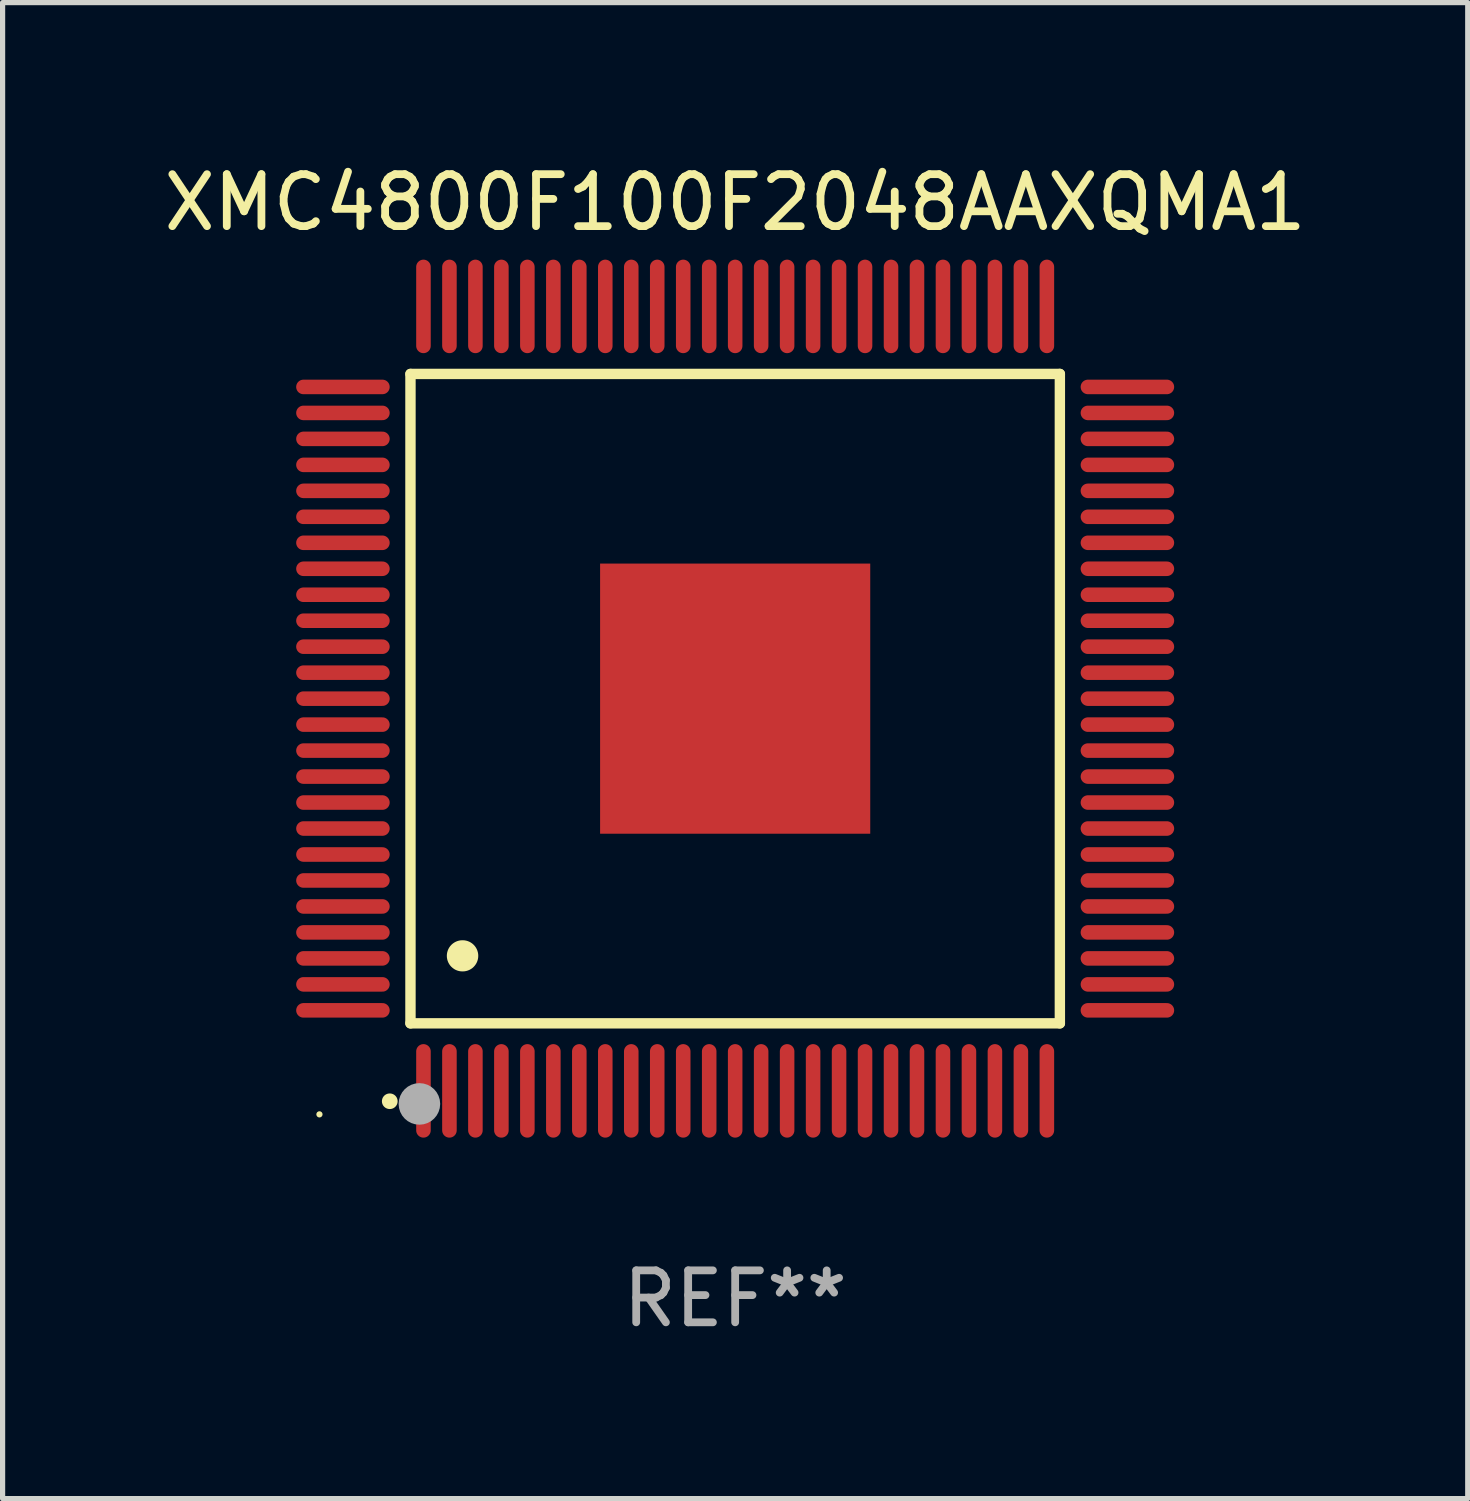
<source format=kicad_pcb>
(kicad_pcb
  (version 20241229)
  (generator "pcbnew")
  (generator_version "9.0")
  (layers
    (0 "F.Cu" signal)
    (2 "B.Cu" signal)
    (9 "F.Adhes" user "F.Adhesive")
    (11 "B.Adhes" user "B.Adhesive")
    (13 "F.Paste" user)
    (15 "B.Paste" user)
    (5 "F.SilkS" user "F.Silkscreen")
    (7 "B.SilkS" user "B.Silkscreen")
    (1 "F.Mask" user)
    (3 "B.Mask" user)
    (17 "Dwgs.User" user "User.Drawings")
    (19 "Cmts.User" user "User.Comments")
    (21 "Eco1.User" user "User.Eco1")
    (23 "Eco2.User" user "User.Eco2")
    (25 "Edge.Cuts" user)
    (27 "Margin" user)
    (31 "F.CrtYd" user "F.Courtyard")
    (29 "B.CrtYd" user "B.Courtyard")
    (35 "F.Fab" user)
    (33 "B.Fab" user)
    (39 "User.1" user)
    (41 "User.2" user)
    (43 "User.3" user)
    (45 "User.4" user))
  (footprint "XMC4800F100F2048AAXQMA1"
    (layer "F.Cu")
    (at 11.101 10.398)
    (property "Reference" "XMC4800F100F2048AAXQMA1" (at 0 -9.55 0) (layer "F.SilkS") (effects (font (size 1 1) (thickness 0.15))))
    (attr through_hole)
    (fp_line (start -6.25 -6.25) (end -6.25 6.25) (stroke (width 0.2) (type solid)) (layer "F.SilkS"))
    (fp_line (start -6.25 6.25) (end 6.25 6.25) (stroke (width 0.2) (type solid)) (layer "F.SilkS"))
    (fp_line (start 6.25 -6.25) (end -6.25 -6.25) (stroke (width 0.2) (type solid)) (layer "F.SilkS"))
    (fp_line (start 6.25 6.25) (end 6.25 -6.25) (stroke (width 0.2) (type solid)) (layer "F.SilkS"))
    (fp_arc (start -6.649733 7.749555) (mid -6.648463 7.74955) (end -6.647193 7.749555) (stroke (width 0.3) (type solid)) (layer "F.SilkS"))
    (fp_arc (start -5.250191 4.95047) (mid -5.247651 4.950459) (end -5.245111 4.95047) (stroke (width 0.6) (type solid)) (layer "F.SilkS"))
    (fp_circle (center -8.002 8.002) (end -7.972 8.002) (stroke (width 0.06) (type solid)) (fill no) (layer "F.SilkS"))
    (fp_circle (center -6.078 7.801) (end -5.878 7.801) (stroke (width 0.4) (type solid)) (fill no) (layer "F.Fab"))
    (fp_text user "REF**" (at 0 11.55 0) (layer "F.Fab") (effects (font (size 1 1) (thickness 0.15))))
    (pad "1" smd oval (at -6 7.55 180) (size 0.28 1.8) (layers "F.Cu" "F.Mask" "F.Paste"))
    (pad "2" smd oval (at -5.5 7.55 180) (size 0.28 1.8) (layers "F.Cu" "F.Mask" "F.Paste"))
    (pad "3" smd oval (at -5 7.55 180) (size 0.28 1.8) (layers "F.Cu" "F.Mask" "F.Paste"))
    (pad "4" smd oval (at -4.5 7.55 180) (size 0.28 1.8) (layers "F.Cu" "F.Mask" "F.Paste"))
    (pad "5" smd oval (at -4 7.55 180) (size 0.28 1.8) (layers "F.Cu" "F.Mask" "F.Paste"))
    (pad "6" smd oval (at -3.5 7.55 180) (size 0.28 1.8) (layers "F.Cu" "F.Mask" "F.Paste"))
    (pad "7" smd oval (at -3 7.55 180) (size 0.28 1.8) (layers "F.Cu" "F.Mask" "F.Paste"))
    (pad "8" smd oval (at -2.5 7.55 180) (size 0.28 1.8) (layers "F.Cu" "F.Mask" "F.Paste"))
    (pad "9" smd oval (at -2 7.55 180) (size 0.28 1.8) (layers "F.Cu" "F.Mask" "F.Paste"))
    (pad "10" smd oval (at -1.5 7.55 180) (size 0.28 1.8) (layers "F.Cu" "F.Mask" "F.Paste"))
    (pad "11" smd oval (at -1 7.55 180) (size 0.28 1.8) (layers "F.Cu" "F.Mask" "F.Paste"))
    (pad "12" smd oval (at -0.5 7.55 180) (size 0.28 1.8) (layers "F.Cu" "F.Mask" "F.Paste"))
    (pad "13" smd oval (at 0 7.55 180) (size 0.28 1.8) (layers "F.Cu" "F.Mask" "F.Paste"))
    (pad "14" smd oval (at 0.5 7.55 180) (size 0.28 1.8) (layers "F.Cu" "F.Mask" "F.Paste"))
    (pad "15" smd oval (at 1 7.55 180) (size 0.28 1.8) (layers "F.Cu" "F.Mask" "F.Paste"))
    (pad "16" smd oval (at 1.5 7.55 180) (size 0.28 1.8) (layers "F.Cu" "F.Mask" "F.Paste"))
    (pad "17" smd oval (at 2 7.55 180) (size 0.28 1.8) (layers "F.Cu" "F.Mask" "F.Paste"))
    (pad "18" smd oval (at 2.5 7.55 180) (size 0.28 1.8) (layers "F.Cu" "F.Mask" "F.Paste"))
    (pad "19" smd oval (at 3 7.55 180) (size 0.28 1.8) (layers "F.Cu" "F.Mask" "F.Paste"))
    (pad "20" smd oval (at 3.5 7.55 180) (size 0.28 1.8) (layers "F.Cu" "F.Mask" "F.Paste"))
    (pad "21" smd oval (at 4 7.55 180) (size 0.28 1.8) (layers "F.Cu" "F.Mask" "F.Paste"))
    (pad "22" smd oval (at 4.5 7.55 180) (size 0.28 1.8) (layers "F.Cu" "F.Mask" "F.Paste"))
    (pad "23" smd oval (at 5 7.55 180) (size 0.28 1.8) (layers "F.Cu" "F.Mask" "F.Paste"))
    (pad "24" smd oval (at 5.5 7.55 180) (size 0.28 1.8) (layers "F.Cu" "F.Mask" "F.Paste"))
    (pad "25" smd oval (at 6 7.55 180) (size 0.28 1.8) (layers "F.Cu" "F.Mask" "F.Paste"))
    (pad "26" smd oval (at 7.55 6 90) (size 0.28 1.8) (layers "F.Cu" "F.Mask" "F.Paste"))
    (pad "27" smd oval (at 7.55 5.5 90) (size 0.28 1.8) (layers "F.Cu" "F.Mask" "F.Paste"))
    (pad "28" smd oval (at 7.55 5 90) (size 0.28 1.8) (layers "F.Cu" "F.Mask" "F.Paste"))
    (pad "29" smd oval (at 7.55 4.5 90) (size 0.28 1.8) (layers "F.Cu" "F.Mask" "F.Paste"))
    (pad "30" smd oval (at 7.55 4 90) (size 0.28 1.8) (layers "F.Cu" "F.Mask" "F.Paste"))
    (pad "31" smd oval (at 7.55 3.5 90) (size 0.28 1.8) (layers "F.Cu" "F.Mask" "F.Paste"))
    (pad "32" smd oval (at 7.55 3 90) (size 0.28 1.8) (layers "F.Cu" "F.Mask" "F.Paste"))
    (pad "33" smd oval (at 7.55 2.5 90) (size 0.28 1.8) (layers "F.Cu" "F.Mask" "F.Paste"))
    (pad "34" smd oval (at 7.55 2 90) (size 0.28 1.8) (layers "F.Cu" "F.Mask" "F.Paste"))
    (pad "35" smd oval (at 7.55 1.5 90) (size 0.28 1.8) (layers "F.Cu" "F.Mask" "F.Paste"))
    (pad "36" smd oval (at 7.55 1 90) (size 0.28 1.8) (layers "F.Cu" "F.Mask" "F.Paste"))
    (pad "37" smd oval (at 7.55 0.5 90) (size 0.28 1.8) (layers "F.Cu" "F.Mask" "F.Paste"))
    (pad "38" smd oval (at 7.55 0 90) (size 0.28 1.8) (layers "F.Cu" "F.Mask" "F.Paste"))
    (pad "39" smd oval (at 7.55 -0.5 90) (size 0.28 1.8) (layers "F.Cu" "F.Mask" "F.Paste"))
    (pad "40" smd oval (at 7.55 -1 90) (size 0.28 1.8) (layers "F.Cu" "F.Mask" "F.Paste"))
    (pad "41" smd oval (at 7.55 -1.5 90) (size 0.28 1.8) (layers "F.Cu" "F.Mask" "F.Paste"))
    (pad "42" smd oval (at 7.55 -2 90) (size 0.28 1.8) (layers "F.Cu" "F.Mask" "F.Paste"))
    (pad "43" smd oval (at 7.55 -2.5 90) (size 0.28 1.8) (layers "F.Cu" "F.Mask" "F.Paste"))
    (pad "44" smd oval (at 7.55 -3 90) (size 0.28 1.8) (layers "F.Cu" "F.Mask" "F.Paste"))
    (pad "45" smd oval (at 7.55 -3.5 90) (size 0.28 1.8) (layers "F.Cu" "F.Mask" "F.Paste"))
    (pad "46" smd oval (at 7.55 -4 90) (size 0.28 1.8) (layers "F.Cu" "F.Mask" "F.Paste"))
    (pad "47" smd oval (at 7.55 -4.5 90) (size 0.28 1.8) (layers "F.Cu" "F.Mask" "F.Paste"))
    (pad "48" smd oval (at 7.55 -5 90) (size 0.28 1.8) (layers "F.Cu" "F.Mask" "F.Paste"))
    (pad "49" smd oval (at 7.55 -5.5 90) (size 0.28 1.8) (layers "F.Cu" "F.Mask" "F.Paste"))
    (pad "50" smd oval (at 7.55 -6 90) (size 0.28 1.8) (layers "F.Cu" "F.Mask" "F.Paste"))
    (pad "51" smd oval (at 6 -7.55 180) (size 0.28 1.8) (layers "F.Cu" "F.Mask" "F.Paste"))
    (pad "52" smd oval (at 5.5 -7.55 180) (size 0.28 1.8) (layers "F.Cu" "F.Mask" "F.Paste"))
    (pad "53" smd oval (at 5 -7.55 180) (size 0.28 1.8) (layers "F.Cu" "F.Mask" "F.Paste"))
    (pad "54" smd oval (at 4.5 -7.55 180) (size 0.28 1.8) (layers "F.Cu" "F.Mask" "F.Paste"))
    (pad "55" smd oval (at 4 -7.55 180) (size 0.28 1.8) (layers "F.Cu" "F.Mask" "F.Paste"))
    (pad "56" smd oval (at 3.5 -7.55 180) (size 0.28 1.8) (layers "F.Cu" "F.Mask" "F.Paste"))
    (pad "57" smd oval (at 3 -7.55 180) (size 0.28 1.8) (layers "F.Cu" "F.Mask" "F.Paste"))
    (pad "58" smd oval (at 2.5 -7.55 180) (size 0.28 1.8) (layers "F.Cu" "F.Mask" "F.Paste"))
    (pad "59" smd oval (at 2 -7.55 180) (size 0.28 1.8) (layers "F.Cu" "F.Mask" "F.Paste"))
    (pad "60" smd oval (at 1.5 -7.55 180) (size 0.28 1.8) (layers "F.Cu" "F.Mask" "F.Paste"))
    (pad "61" smd oval (at 1 -7.55 180) (size 0.28 1.8) (layers "F.Cu" "F.Mask" "F.Paste"))
    (pad "62" smd oval (at 0.5 -7.55 180) (size 0.28 1.8) (layers "F.Cu" "F.Mask" "F.Paste"))
    (pad "63" smd oval (at 0 -7.55 180) (size 0.28 1.8) (layers "F.Cu" "F.Mask" "F.Paste"))
    (pad "64" smd oval (at -0.5 -7.55 180) (size 0.28 1.8) (layers "F.Cu" "F.Mask" "F.Paste"))
    (pad "65" smd oval (at -1 -7.55 180) (size 0.28 1.8) (layers "F.Cu" "F.Mask" "F.Paste"))
    (pad "66" smd oval (at -1.5 -7.55 180) (size 0.28 1.8) (layers "F.Cu" "F.Mask" "F.Paste"))
    (pad "67" smd oval (at -2 -7.55 180) (size 0.28 1.8) (layers "F.Cu" "F.Mask" "F.Paste"))
    (pad "68" smd oval (at -2.5 -7.55 180) (size 0.28 1.8) (layers "F.Cu" "F.Mask" "F.Paste"))
    (pad "69" smd oval (at -3 -7.55 180) (size 0.28 1.8) (layers "F.Cu" "F.Mask" "F.Paste"))
    (pad "70" smd oval (at -3.5 -7.55 180) (size 0.28 1.8) (layers "F.Cu" "F.Mask" "F.Paste"))
    (pad "71" smd oval (at -4 -7.55 180) (size 0.28 1.8) (layers "F.Cu" "F.Mask" "F.Paste"))
    (pad "72" smd oval (at -4.5 -7.55 180) (size 0.28 1.8) (layers "F.Cu" "F.Mask" "F.Paste"))
    (pad "73" smd oval (at -5 -7.55 180) (size 0.28 1.8) (layers "F.Cu" "F.Mask" "F.Paste"))
    (pad "74" smd oval (at -5.5 -7.55 180) (size 0.28 1.8) (layers "F.Cu" "F.Mask" "F.Paste"))
    (pad "75" smd oval (at -6 -7.55 180) (size 0.28 1.8) (layers "F.Cu" "F.Mask" "F.Paste"))
    (pad "76" smd oval (at -7.55 -6 90) (size 0.28 1.8) (layers "F.Cu" "F.Mask" "F.Paste"))
    (pad "77" smd oval (at -7.55 -5.5 90) (size 0.28 1.8) (layers "F.Cu" "F.Mask" "F.Paste"))
    (pad "78" smd oval (at -7.55 -5 90) (size 0.28 1.8) (layers "F.Cu" "F.Mask" "F.Paste"))
    (pad "79" smd oval (at -7.55 -4.5 90) (size 0.28 1.8) (layers "F.Cu" "F.Mask" "F.Paste"))
    (pad "80" smd oval (at -7.55 -4 90) (size 0.28 1.8) (layers "F.Cu" "F.Mask" "F.Paste"))
    (pad "81" smd oval (at -7.55 -3.5 90) (size 0.28 1.8) (layers "F.Cu" "F.Mask" "F.Paste"))
    (pad "82" smd oval (at -7.55 -3 90) (size 0.28 1.8) (layers "F.Cu" "F.Mask" "F.Paste"))
    (pad "83" smd oval (at -7.55 -2.5 90) (size 0.28 1.8) (layers "F.Cu" "F.Mask" "F.Paste"))
    (pad "84" smd oval (at -7.55 -2 90) (size 0.28 1.8) (layers "F.Cu" "F.Mask" "F.Paste"))
    (pad "85" smd oval (at -7.55 -1.5 90) (size 0.28 1.8) (layers "F.Cu" "F.Mask" "F.Paste"))
    (pad "86" smd oval (at -7.55 -1 90) (size 0.28 1.8) (layers "F.Cu" "F.Mask" "F.Paste"))
    (pad "87" smd oval (at -7.55 -0.5 90) (size 0.28 1.8) (layers "F.Cu" "F.Mask" "F.Paste"))
    (pad "88" smd oval (at -7.55 0 90) (size 0.28 1.8) (layers "F.Cu" "F.Mask" "F.Paste"))
    (pad "89" smd oval (at -7.55 0.5 90) (size 0.28 1.8) (layers "F.Cu" "F.Mask" "F.Paste"))
    (pad "90" smd oval (at -7.55 1 90) (size 0.28 1.8) (layers "F.Cu" "F.Mask" "F.Paste"))
    (pad "91" smd oval (at -7.55 1.5 90) (size 0.28 1.8) (layers "F.Cu" "F.Mask" "F.Paste"))
    (pad "92" smd oval (at -7.55 2 90) (size 0.28 1.8) (layers "F.Cu" "F.Mask" "F.Paste"))
    (pad "93" smd oval (at -7.55 2.5 90) (size 0.28 1.8) (layers "F.Cu" "F.Mask" "F.Paste"))
    (pad "94" smd oval (at -7.55 3 90) (size 0.28 1.8) (layers "F.Cu" "F.Mask" "F.Paste"))
    (pad "95" smd oval (at -7.55 3.5 90) (size 0.28 1.8) (layers "F.Cu" "F.Mask" "F.Paste"))
    (pad "96" smd oval (at -7.55 4 90) (size 0.28 1.8) (layers "F.Cu" "F.Mask" "F.Paste"))
    (pad "97" smd oval (at -7.55 4.5 90) (size 0.28 1.8) (layers "F.Cu" "F.Mask" "F.Paste"))
    (pad "98" smd oval (at -7.55 5 90) (size 0.28 1.8) (layers "F.Cu" "F.Mask" "F.Paste"))
    (pad "99" smd oval (at -7.55 5.5 90) (size 0.28 1.8) (layers "F.Cu" "F.Mask" "F.Paste"))
    (pad "100" smd oval (at -7.55 6 90) (size 0.28 1.8) (layers "F.Cu" "F.Mask" "F.Paste"))
    (pad "101" smd rect (at 0 0) (size 5.2 5.2) (layers "F.Cu" "F.Mask" "F.Paste")))
  (gr_rect
    (start -3 -3)
    (end 25.202 25.796)
    (stroke (width 0.1) (type default))
    (fill no)
    (layer "Edge.Cuts")))
</source>
